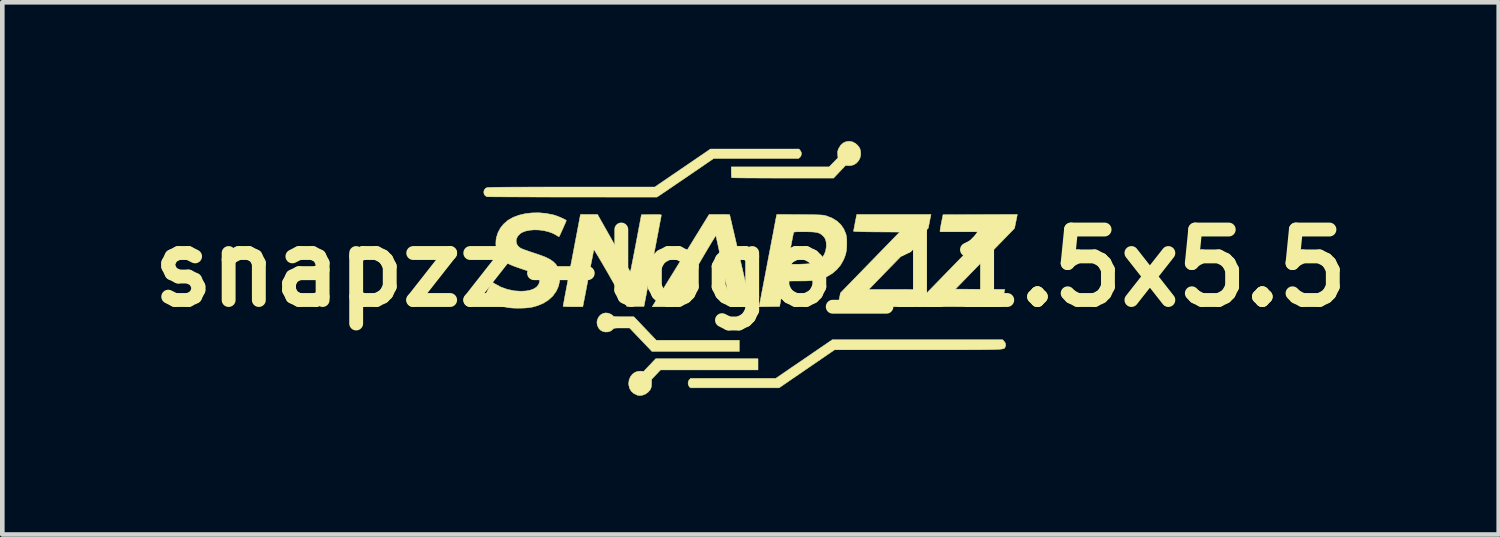
<source format=kicad_pcb>
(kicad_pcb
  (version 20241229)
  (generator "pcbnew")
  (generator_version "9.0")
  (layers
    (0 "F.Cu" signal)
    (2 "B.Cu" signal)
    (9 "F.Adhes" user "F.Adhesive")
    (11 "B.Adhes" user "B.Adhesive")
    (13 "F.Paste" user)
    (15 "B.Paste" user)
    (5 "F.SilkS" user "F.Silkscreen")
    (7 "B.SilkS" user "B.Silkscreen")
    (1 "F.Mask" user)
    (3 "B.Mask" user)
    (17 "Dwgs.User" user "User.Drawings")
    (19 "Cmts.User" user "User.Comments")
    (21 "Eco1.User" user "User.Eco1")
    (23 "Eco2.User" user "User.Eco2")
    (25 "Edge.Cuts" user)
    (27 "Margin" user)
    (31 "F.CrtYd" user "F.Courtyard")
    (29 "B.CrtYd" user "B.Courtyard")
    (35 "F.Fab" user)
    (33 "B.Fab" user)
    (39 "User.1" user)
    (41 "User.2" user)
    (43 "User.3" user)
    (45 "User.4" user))
  (footprint "snapzz-logo_11.5x5.5"
    (layer "F.Cu")
    (at 13.179 2.748)
    (property "Reference" "snapzz-logo_11.5x5.5" (at 0 0 0) (layer "F.SilkS") (effects (font (size 1.524 1.524) (thickness 0.3))))
    (attr through_hole)
    (fp_poly (pts (xy 0.162 2.201) (xy -1.946 2.201) (xy -2.042 2.302) (xy -2.138 2.403) (xy -2.14 2.494) (xy -2.142 2.545) (xy -2.149 2.582) (xy -2.161 2.613) (xy -2.173 2.634) (xy -2.216 2.683) (xy -2.271 2.722) (xy -2.334 2.747) (xy -2.396 2.755) (xy -2.448 2.747) (xy -2.522 2.711) (xy -2.579 2.661) (xy -2.616 2.598) (xy -2.633 2.523) (xy -2.635 2.492) (xy -2.624 2.414) (xy -2.595 2.346) (xy -2.551 2.291) (xy -2.494 2.251) (xy -2.427 2.23) (xy -2.366 2.228) (xy -2.311 2.234) (xy -2.05 1.959) (xy 0.162 1.959) (xy 0.162 2.201)) (stroke (width 0.01) (type solid)) (fill yes) (layer "F.SilkS"))
    (fp_poly (pts (xy -3.068 0.976) (xy -3.017 0.998) (xy -2.988 1.018) (xy -2.97 1.035) (xy -2.967 1.041) (xy -2.956 1.045) (xy -2.924 1.048) (xy -2.874 1.05) (xy -2.807 1.052) (xy -2.745 1.052) (xy -2.522 1.052) (xy -2.28 1.306) (xy -2.038 1.56) (xy -0.242 1.56) (xy -0.242 1.802) (xy -2.13 1.802) (xy -2.615 1.294) (xy -2.783 1.294) (xy -2.85 1.294) (xy -2.897 1.295) (xy -2.929 1.298) (xy -2.949 1.302) (xy -2.963 1.309) (xy -2.973 1.318) (xy -2.974 1.32) (xy -3.021 1.358) (xy -3.078 1.378) (xy -3.139 1.381) (xy -3.197 1.367) (xy -3.249 1.337) (xy -3.285 1.295) (xy -3.314 1.232) (xy -3.321 1.169) (xy -3.314 1.126) (xy -3.287 1.062) (xy -3.245 1.013) (xy -3.191 0.981) (xy -3.131 0.968) (xy -3.068 0.976)) (stroke (width 0.01) (type solid)) (fill yes) (layer "F.SilkS"))
    (fp_poly (pts (xy 2.203 -2.731) (xy 2.267 -2.698) (xy 2.31 -2.661) (xy 2.344 -2.621) (xy 2.365 -2.584) (xy 2.378 -2.539) (xy 2.379 -2.538) (xy 2.384 -2.461) (xy 2.37 -2.39) (xy 2.339 -2.326) (xy 2.293 -2.274) (xy 2.235 -2.236) (xy 2.168 -2.217) (xy 2.114 -2.216) (xy 2.057 -2.222) (xy 1.796 -1.947) (xy 0.698 -1.947) (xy 0.54 -1.947) (xy 0.39 -1.948) (xy 0.247 -1.948) (xy 0.115 -1.949) (xy -0.007 -1.949) (xy -0.115 -1.95) (xy -0.209 -1.951) (xy -0.287 -1.952) (xy -0.346 -1.953) (xy -0.387 -1.954) (xy -0.406 -1.955) (xy -0.408 -1.955) (xy -0.411 -1.97) (xy -0.414 -2.004) (xy -0.415 -2.049) (xy -0.416 -2.076) (xy -0.416 -2.189) (xy 1.7 -2.189) (xy 1.891 -2.385) (xy 1.885 -2.456) (xy 1.883 -2.501) (xy 1.888 -2.538) (xy 1.902 -2.577) (xy 1.911 -2.595) (xy 1.952 -2.66) (xy 2.006 -2.707) (xy 2.068 -2.735) (xy 2.135 -2.743) (xy 2.203 -2.731)) (stroke (width 0.01) (type solid)) (fill yes) (layer "F.SilkS"))
    (fp_poly (pts (xy 5.485 1.584) (xy 5.513 1.626) (xy 5.518 1.672) (xy 5.506 1.707) (xy 5.503 1.715) (xy 5.499 1.722) (xy 5.494 1.728) (xy 5.488 1.734) (xy 5.478 1.739) (xy 5.465 1.743) (xy 5.446 1.747) (xy 5.42 1.751) (xy 5.388 1.754) (xy 5.347 1.756) (xy 5.296 1.759) (xy 5.235 1.76) (xy 5.162 1.762) (xy 5.077 1.763) (xy 4.978 1.764) (xy 4.864 1.765) (xy 4.735 1.765) (xy 4.588 1.766) (xy 4.423 1.766) (xy 4.24 1.766) (xy 4.036 1.766) (xy 3.811 1.766) (xy 3.617 1.766) (xy 1.818 1.766) (xy 1.218 2.177) (xy 0.618 2.588) (xy -0.341 2.588) (xy -1.301 2.588) (xy -1.326 2.56) (xy -1.347 2.52) (xy -1.35 2.474) (xy -1.336 2.43) (xy -1.322 2.412) (xy -1.294 2.383) (xy 0.547 2.383) (xy 0.802 2.209) (xy 0.875 2.158) (xy 0.964 2.098) (xy 1.062 2.031) (xy 1.166 1.96) (xy 1.27 1.889) (xy 1.369 1.821) (xy 1.413 1.791) (xy 1.769 1.548) (xy 5.451 1.548) (xy 5.485 1.584)) (stroke (width 0.01) (type solid)) (fill yes) (layer "F.SilkS"))
    (fp_poly (pts (xy 5.74 -1.011) (xy 5.709 -0.861) (xy 5.07 -0.204) (xy 4.43 0.454) (xy 4.964 0.457) (xy 5.498 0.46) (xy 5.492 0.487) (xy 5.488 0.509) (xy 5.48 0.549) (xy 5.469 0.602) (xy 5.457 0.662) (xy 5.454 0.674) (xy 5.423 0.835) (xy 4.588 0.835) (xy 4.451 0.834) (xy 4.321 0.834) (xy 4.2 0.834) (xy 4.09 0.833) (xy 3.992 0.833) (xy 3.909 0.832) (xy 3.841 0.831) (xy 3.791 0.83) (xy 3.761 0.829) (xy 3.752 0.828) (xy 3.755 0.815) (xy 3.761 0.782) (xy 3.77 0.736) (xy 3.781 0.681) (xy 3.781 0.68) (xy 3.811 0.538) (xy 4.246 0.091) (xy 4.338 -0.003) (xy 4.432 -0.1) (xy 4.526 -0.196) (xy 4.616 -0.288) (xy 4.7 -0.375) (xy 4.775 -0.453) (xy 4.84 -0.519) (xy 4.889 -0.571) (xy 5.097 -0.786) (xy 4.099 -0.786) (xy 4.099 -0.813) (xy 4.101 -0.835) (xy 4.108 -0.875) (xy 4.117 -0.928) (xy 4.129 -0.988) (xy 4.131 -0.998) (xy 4.163 -1.155) (xy 4.966 -1.158) (xy 5.77 -1.161) (xy 5.74 -1.011)) (stroke (width 0.01) (type solid)) (fill yes) (layer "F.SilkS"))
    (fp_poly (pts (xy 1.074 -2.546) (xy 1.098 -2.504) (xy 1.101 -2.459) (xy 1.085 -2.417) (xy 1.07 -2.399) (xy 1.038 -2.371) (xy -0.797 -2.371) (xy -1.313 -2.018) (xy -1.415 -1.948) (xy -1.514 -1.881) (xy -1.608 -1.817) (xy -1.694 -1.758) (xy -1.771 -1.706) (xy -1.835 -1.662) (xy -1.886 -1.628) (xy -1.92 -1.605) (xy -1.927 -1.6) (xy -2.024 -1.536) (xy -3.855 -1.537) (xy -4.059 -1.537) (xy -4.257 -1.537) (xy -4.447 -1.538) (xy -4.629 -1.538) (xy -4.801 -1.539) (xy -4.962 -1.539) (xy -5.11 -1.54) (xy -5.245 -1.54) (xy -5.365 -1.541) (xy -5.469 -1.541) (xy -5.555 -1.542) (xy -5.623 -1.543) (xy -5.671 -1.543) (xy -5.698 -1.544) (xy -5.703 -1.545) (xy -5.741 -1.57) (xy -5.762 -1.606) (xy -5.768 -1.648) (xy -5.758 -1.689) (xy -5.732 -1.723) (xy -5.702 -1.74) (xy -5.689 -1.742) (xy -5.66 -1.744) (xy -5.615 -1.746) (xy -5.554 -1.747) (xy -5.475 -1.749) (xy -5.378 -1.75) (xy -5.263 -1.751) (xy -5.128 -1.752) (xy -4.975 -1.752) (xy -4.801 -1.753) (xy -4.606 -1.753) (xy -4.39 -1.754) (xy -4.152 -1.754) (xy -3.891 -1.754) (xy -2.07 -1.754) (xy -1.468 -2.165) (xy -0.866 -2.576) (xy 1.047 -2.576) (xy 1.074 -2.546)) (stroke (width 0.01) (type solid)) (fill yes) (layer "F.SilkS"))
    (fp_poly (pts (xy 3.897 -1.134) (xy 3.892 -1.111) (xy 3.884 -1.07) (xy 3.874 -1.02) (xy 3.868 -0.986) (xy 3.844 -0.865) (xy 3.668 -0.683) (xy 3.626 -0.639) (xy 3.569 -0.58) (xy 3.501 -0.51) (xy 3.422 -0.429) (xy 3.337 -0.341) (xy 3.246 -0.248) (xy 3.153 -0.152) (xy 3.06 -0.056) (xy 3.025 -0.021) (xy 2.558 0.46) (xy 3.092 0.46) (xy 3.2 0.46) (xy 3.301 0.46) (xy 3.393 0.461) (xy 3.472 0.463) (xy 3.537 0.464) (xy 3.586 0.466) (xy 3.616 0.468) (xy 3.625 0.47) (xy 3.623 0.485) (xy 3.617 0.518) (xy 3.609 0.564) (xy 3.599 0.618) (xy 3.588 0.674) (xy 3.578 0.727) (xy 3.569 0.772) (xy 3.562 0.804) (xy 3.562 0.807) (xy 3.556 0.835) (xy 1.885 0.835) (xy 1.945 0.536) (xy 2.585 -0.122) (xy 3.225 -0.78) (xy 2.727 -0.783) (xy 2.622 -0.784) (xy 2.525 -0.785) (xy 2.437 -0.787) (xy 2.362 -0.789) (xy 2.301 -0.791) (xy 2.257 -0.793) (xy 2.233 -0.795) (xy 2.228 -0.797) (xy 2.23 -0.811) (xy 2.236 -0.845) (xy 2.245 -0.891) (xy 2.255 -0.944) (xy 2.265 -1.001) (xy 2.276 -1.054) (xy 2.285 -1.099) (xy 2.291 -1.13) (xy 2.292 -1.134) (xy 2.298 -1.161) (xy 3.903 -1.161) (xy 3.897 -1.134)) (stroke (width 0.01) (type solid)) (fill yes) (layer "F.SilkS"))
    (fp_poly (pts (xy -3.493 -1.161) (xy -3.308 -1.16) (xy -2.956 -0.538) (xy -2.893 -0.427) (xy -2.833 -0.322) (xy -2.778 -0.225) (xy -2.728 -0.139) (xy -2.685 -0.065) (xy -2.649 -0.004) (xy -2.622 0.041) (xy -2.605 0.069) (xy -2.598 0.077) (xy -2.595 0.064) (xy -2.587 0.03) (xy -2.576 -0.023) (xy -2.562 -0.094) (xy -2.545 -0.179) (xy -2.526 -0.277) (xy -2.505 -0.385) (xy -2.483 -0.501) (xy -2.475 -0.542) (xy -2.359 -1.155) (xy -2.143 -1.158) (xy -2.065 -1.159) (xy -2.007 -1.159) (xy -1.966 -1.157) (xy -1.942 -1.154) (xy -1.93 -1.15) (xy -1.929 -1.146) (xy -1.931 -1.132) (xy -1.937 -1.096) (xy -1.948 -1.04) (xy -1.962 -0.966) (xy -1.979 -0.875) (xy -1.999 -0.769) (xy -2.022 -0.65) (xy -2.046 -0.52) (xy -2.073 -0.381) (xy -2.101 -0.234) (xy -2.117 -0.151) (xy -2.304 0.829) (xy -2.672 0.829) (xy -3.027 0.206) (xy -3.092 0.091) (xy -3.154 -0.015) (xy -3.21 -0.112) (xy -3.261 -0.197) (xy -3.304 -0.27) (xy -3.339 -0.328) (xy -3.365 -0.37) (xy -3.382 -0.394) (xy -3.387 -0.399) (xy -3.391 -0.384) (xy -3.398 -0.347) (xy -3.409 -0.292) (xy -3.423 -0.22) (xy -3.44 -0.135) (xy -3.459 -0.037) (xy -3.479 0.069) (xy -3.497 0.163) (xy -3.519 0.277) (xy -3.54 0.386) (xy -3.559 0.486) (xy -3.576 0.576) (xy -3.591 0.652) (xy -3.603 0.713) (xy -3.611 0.754) (xy -3.614 0.771) (xy -3.627 0.835) (xy -3.84 0.835) (xy -3.907 0.834) (xy -3.966 0.833) (xy -4.012 0.831) (xy -4.042 0.828) (xy -4.053 0.826) (xy -4.051 0.813) (xy -4.045 0.778) (xy -4.034 0.722) (xy -4.021 0.649) (xy -4.004 0.559) (xy -3.984 0.453) (xy -3.962 0.335) (xy -3.937 0.205) (xy -3.911 0.066) (xy -3.883 -0.081) (xy -3.865 -0.172) (xy -3.677 -1.161) (xy -3.493 -1.161)) (stroke (width 0.01) (type solid)) (fill yes) (layer "F.SilkS"))
    (fp_poly (pts (xy -0.604 -1.16) (xy -0.544 -1.16) (xy -0.496 -1.159) (xy -0.463 -1.157) (xy -0.45 -1.155) (xy -0.45 -1.155) (xy -0.448 -1.142) (xy -0.44 -1.108) (xy -0.427 -1.054) (xy -0.41 -0.982) (xy -0.39 -0.892) (xy -0.365 -0.789) (xy -0.338 -0.672) (xy -0.308 -0.543) (xy -0.276 -0.405) (xy -0.242 -0.259) (xy -0.219 -0.164) (xy -0.184 -0.014) (xy -0.151 0.129) (xy -0.119 0.264) (xy -0.09 0.388) (xy -0.064 0.501) (xy -0.041 0.599) (xy -0.022 0.683) (xy -0.006 0.749) (xy 0.005 0.796) (xy 0.01 0.822) (xy 0.012 0.827) (xy 0.001 0.83) (xy -0.03 0.832) (xy -0.076 0.833) (xy -0.135 0.834) (xy -0.203 0.835) (xy -0.206 0.835) (xy -0.282 0.834) (xy -0.338 0.834) (xy -0.377 0.833) (xy -0.403 0.83) (xy -0.418 0.826) (xy -0.425 0.821) (xy -0.429 0.812) (xy -0.43 0.807) (xy -0.437 0.77) (xy -0.448 0.714) (xy -0.463 0.642) (xy -0.481 0.556) (xy -0.501 0.46) (xy -0.523 0.355) (xy -0.546 0.243) (xy -0.571 0.128) (xy -0.595 0.011) (xy -0.62 -0.104) (xy -0.644 -0.216) (xy -0.666 -0.322) (xy -0.687 -0.42) (xy -0.706 -0.508) (xy -0.722 -0.582) (xy -0.735 -0.641) (xy -0.744 -0.681) (xy -0.749 -0.702) (xy -0.749 -0.704) (xy -0.756 -0.695) (xy -0.774 -0.667) (xy -0.802 -0.622) (xy -0.84 -0.561) (xy -0.885 -0.485) (xy -0.938 -0.397) (xy -0.997 -0.297) (xy -1.061 -0.188) (xy -1.13 -0.07) (xy -1.202 0.054) (xy -1.206 0.061) (xy -1.656 0.835) (xy -2.125 0.835) (xy -2.081 0.763) (xy -2.069 0.743) (xy -2.044 0.704) (xy -2.01 0.647) (xy -1.965 0.575) (xy -1.912 0.489) (xy -1.851 0.39) (xy -1.784 0.281) (xy -1.711 0.162) (xy -1.633 0.036) (xy -1.551 -0.097) (xy -1.466 -0.234) (xy -0.895 -1.16) (xy -0.673 -1.161) (xy -0.604 -1.16)) (stroke (width 0.01) (type solid)) (fill yes) (layer "F.SilkS"))
    (fp_poly (pts (xy -4.427 -1.184) (xy -4.277 -1.155) (xy -4.252 -1.149) (xy -4.209 -1.135) (xy -4.16 -1.117) (xy -4.109 -1.096) (xy -4.061 -1.075) (xy -4.021 -1.055) (xy -3.994 -1.039) (xy -3.983 -1.028) (xy -3.983 -1.028) (xy -3.988 -1.015) (xy -4 -0.986) (xy -4.019 -0.943) (xy -4.041 -0.893) (xy -4.065 -0.839) (xy -4.089 -0.787) (xy -4.11 -0.74) (xy -4.127 -0.704) (xy -4.138 -0.683) (xy -4.14 -0.679) (xy -4.15 -0.683) (xy -4.174 -0.696) (xy -4.19 -0.707) (xy -4.272 -0.752) (xy -4.366 -0.786) (xy -4.468 -0.811) (xy -4.572 -0.825) (xy -4.676 -0.828) (xy -4.774 -0.82) (xy -4.863 -0.802) (xy -4.94 -0.772) (xy -4.983 -0.744) (xy -5.032 -0.693) (xy -5.061 -0.636) (xy -5.068 -0.589) (xy -5.059 -0.529) (xy -5.029 -0.479) (xy -4.991 -0.445) (xy -4.977 -0.436) (xy -4.962 -0.427) (xy -4.942 -0.418) (xy -4.915 -0.407) (xy -4.879 -0.394) (xy -4.832 -0.377) (xy -4.771 -0.356) (xy -4.694 -0.33) (xy -4.597 -0.298) (xy -4.56 -0.285) (xy -4.442 -0.241) (xy -4.345 -0.194) (xy -4.268 -0.142) (xy -4.209 -0.084) (xy -4.167 -0.017) (xy -4.14 0.059) (xy -4.126 0.147) (xy -4.125 0.163) (xy -4.128 0.283) (xy -4.154 0.395) (xy -4.201 0.499) (xy -4.27 0.595) (xy -4.281 0.608) (xy -4.372 0.691) (xy -4.479 0.758) (xy -4.604 0.811) (xy -4.715 0.842) (xy -4.778 0.853) (xy -4.856 0.861) (xy -4.945 0.865) (xy -5.037 0.866) (xy -5.125 0.864) (xy -5.203 0.858) (xy -5.247 0.852) (xy -5.352 0.832) (xy -5.446 0.806) (xy -5.544 0.771) (xy -5.553 0.767) (xy -5.601 0.747) (xy -5.649 0.723) (xy -5.694 0.698) (xy -5.731 0.675) (xy -5.757 0.657) (xy -5.765 0.645) (xy -5.759 0.632) (xy -5.745 0.602) (xy -5.724 0.56) (xy -5.699 0.51) (xy -5.673 0.457) (xy -5.647 0.406) (xy -5.623 0.36) (xy -5.605 0.326) (xy -5.595 0.306) (xy -5.593 0.304) (xy -5.582 0.307) (xy -5.557 0.321) (xy -5.53 0.338) (xy -5.399 0.409) (xy -5.256 0.46) (xy -5.105 0.491) (xy -4.965 0.5) (xy -4.855 0.494) (xy -4.761 0.476) (xy -4.684 0.447) (xy -4.625 0.408) (xy -4.584 0.358) (xy -4.563 0.3) (xy -4.56 0.268) (xy -4.565 0.229) (xy -4.58 0.194) (xy -4.607 0.162) (xy -4.649 0.132) (xy -4.707 0.102) (xy -4.784 0.071) (xy -4.881 0.038) (xy -4.907 0.03) (xy -5.03 -0.012) (xy -5.134 -0.05) (xy -5.219 -0.087) (xy -5.289 -0.124) (xy -5.346 -0.163) (xy -5.392 -0.205) (xy -5.429 -0.251) (xy -5.461 -0.304) (xy -5.469 -0.32) (xy -5.489 -0.378) (xy -5.502 -0.452) (xy -5.507 -0.532) (xy -5.503 -0.611) (xy -5.496 -0.656) (xy -5.463 -0.763) (xy -5.41 -0.864) (xy -5.338 -0.954) (xy -5.25 -1.03) (xy -5.238 -1.039) (xy -5.131 -1.099) (xy -5.008 -1.145) (xy -4.873 -1.177) (xy -4.729 -1.194) (xy -4.579 -1.197) (xy -4.427 -1.184)) (stroke (width 0.01) (type solid)) (fill yes) (layer "F.SilkS"))
    (fp_poly (pts (xy 0.805 -1.16) (xy 0.897 -1.159) (xy 0.997 -1.159) (xy 1.065 -1.158) (xy 1.186 -1.157) (xy 1.286 -1.156) (xy 1.369 -1.155) (xy 1.435 -1.153) (xy 1.487 -1.151) (xy 1.529 -1.149) (xy 1.562 -1.146) (xy 1.589 -1.142) (xy 1.611 -1.138) (xy 1.633 -1.132) (xy 1.651 -1.126) (xy 1.769 -1.079) (xy 1.869 -1.018) (xy 1.951 -0.942) (xy 2.015 -0.851) (xy 2.056 -0.756) (xy 2.069 -0.715) (xy 2.076 -0.671) (xy 2.081 -0.618) (xy 2.082 -0.548) (xy 2.082 -0.544) (xy 2.081 -0.453) (xy 2.073 -0.376) (xy 2.059 -0.307) (xy 2.035 -0.236) (xy 2.007 -0.171) (xy 1.946 -0.064) (xy 1.865 0.032) (xy 1.769 0.114) (xy 1.659 0.18) (xy 1.58 0.214) (xy 1.525 0.233) (xy 1.472 0.247) (xy 1.418 0.259) (xy 1.357 0.267) (xy 1.288 0.272) (xy 1.205 0.276) (xy 1.105 0.277) (xy 1.03 0.278) (xy 0.94 0.278) (xy 0.87 0.279) (xy 0.818 0.28) (xy 0.781 0.282) (xy 0.757 0.284) (xy 0.742 0.288) (xy 0.734 0.293) (xy 0.731 0.299) (xy 0.726 0.317) (xy 0.718 0.354) (xy 0.708 0.408) (xy 0.695 0.474) (xy 0.681 0.548) (xy 0.676 0.574) (xy 0.629 0.829) (xy 0.184 0.835) (xy 0.19 0.808) (xy 0.194 0.792) (xy 0.201 0.755) (xy 0.212 0.699) (xy 0.226 0.626) (xy 0.242 0.538) (xy 0.262 0.438) (xy 0.283 0.327) (xy 0.306 0.207) (xy 0.33 0.081) (xy 0.355 -0.049) (xy 0.366 -0.107) (xy 0.808 -0.107) (xy 0.81 -0.098) (xy 0.817 -0.093) (xy 0.832 -0.089) (xy 0.859 -0.086) (xy 0.902 -0.085) (xy 0.963 -0.085) (xy 0.998 -0.085) (xy 1.07 -0.085) (xy 1.143 -0.088) (xy 1.208 -0.091) (xy 1.26 -0.095) (xy 1.278 -0.097) (xy 1.38 -0.121) (xy 1.467 -0.161) (xy 1.537 -0.216) (xy 1.59 -0.286) (xy 1.624 -0.369) (xy 1.639 -0.464) (xy 1.639 -0.488) (xy 1.636 -0.559) (xy 1.624 -0.613) (xy 1.602 -0.658) (xy 1.566 -0.699) (xy 1.565 -0.699) (xy 1.535 -0.726) (xy 1.504 -0.747) (xy 1.468 -0.762) (xy 1.425 -0.773) (xy 1.371 -0.78) (xy 1.303 -0.784) (xy 1.216 -0.786) (xy 1.164 -0.786) (xy 1.086 -0.786) (xy 1.028 -0.786) (xy 0.987 -0.785) (xy 0.96 -0.782) (xy 0.944 -0.779) (xy 0.935 -0.773) (xy 0.931 -0.765) (xy 0.929 -0.759) (xy 0.923 -0.728) (xy 0.913 -0.68) (xy 0.901 -0.618) (xy 0.888 -0.548) (xy 0.873 -0.472) (xy 0.859 -0.394) (xy 0.845 -0.318) (xy 0.832 -0.248) (xy 0.822 -0.188) (xy 0.814 -0.142) (xy 0.809 -0.114) (xy 0.808 -0.107) (xy 0.366 -0.107) (xy 0.38 -0.181) (xy 0.405 -0.313) (xy 0.43 -0.443) (xy 0.454 -0.569) (xy 0.477 -0.688) (xy 0.498 -0.798) (xy 0.516 -0.897) (xy 0.533 -0.984) (xy 0.546 -1.056) (xy 0.557 -1.11) (xy 0.563 -1.145) (xy 0.566 -1.159) (xy 0.566 -1.159) (xy 0.577 -1.159) (xy 0.609 -1.16) (xy 0.659 -1.16) (xy 0.725 -1.16) (xy 0.805 -1.16)) (stroke (width 0.01) (type solid)) (fill yes) (layer "F.SilkS")))
  (gr_rect
    (start -3 -3)
    (end 29.358 8.508)
    (stroke (width 0.1) (type default))
    (fill no)
    (layer "Edge.Cuts")))
</source>
